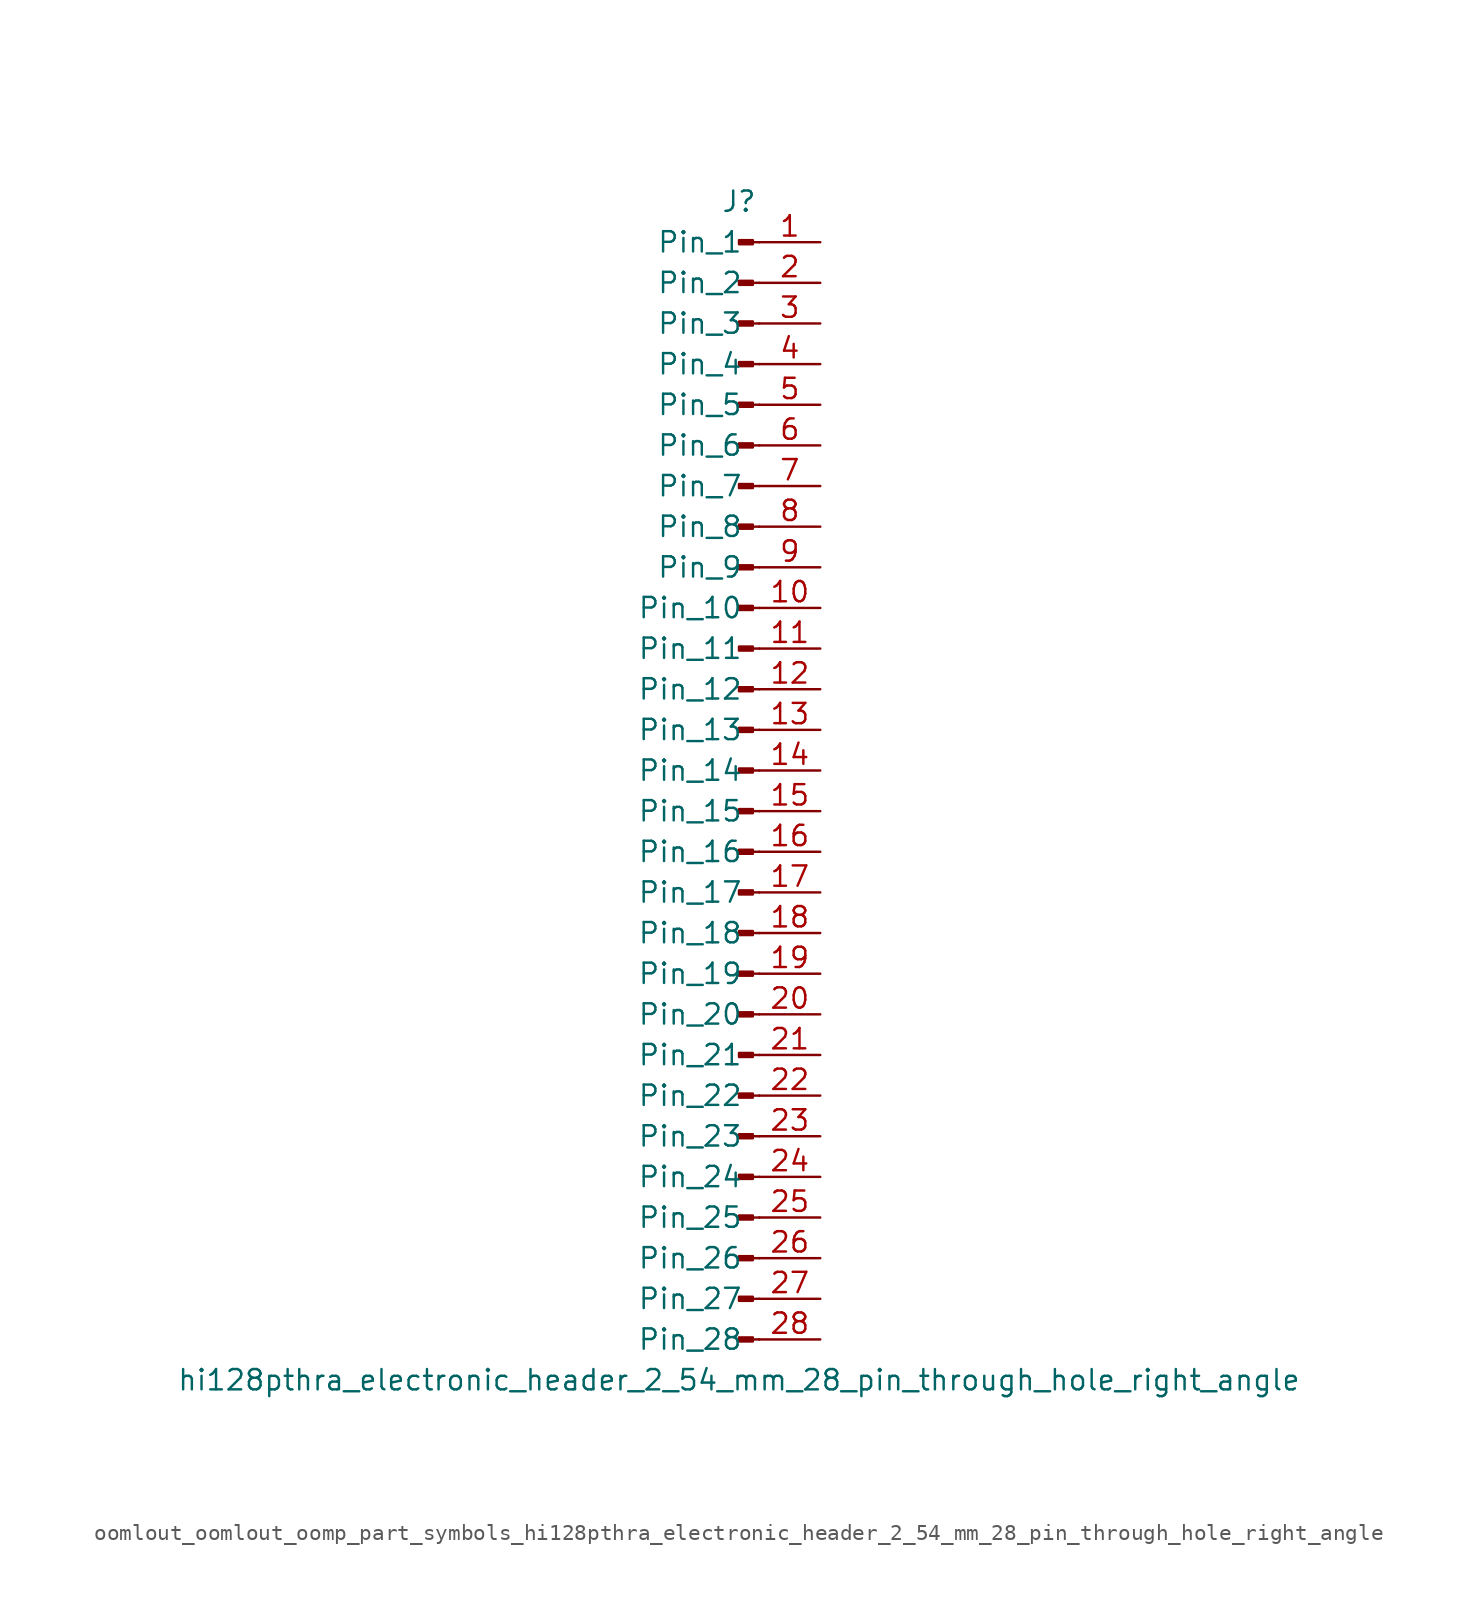
<source format=kicad_sym>
(kicad_symbol_lib
  (version 20220914)
  (generator kicad_symbol_editor)
  (symbol "oomlout_oomlout_oomp_part_symbols_hi128pthra_electronic_header_2_54_mm_28_pin_through_hole_right_angle"
    (pin_names
      (offset 1.016))
    (property "Reference" "J"
      (at 0 35.56 0)
      (effects (font (size 1.27 1.27))))
    (property "Value" "hi128pthra_electronic_header_2_54_mm_28_pin_through_hole_right_angle"
      (at 0 -38.1 0)
      (effects (font (size 1.27 1.27))))
    (property "ki_locked" ""
      (at 0 0 0)
      (effects (font (size 1.27 1.27))))
    (symbol "oomlout_oomlout_oomp_part_symbols_hi128pthra_electronic_header_2_54_mm_28_pin_through_hole_right_angle_1_1"
      (polyline (pts (xy 1.27 -35.56) (xy 0.864 -35.56)) (stroke (width 0.152) (type default)) (fill (type none)))
      (polyline (pts (xy 1.27 -33.02) (xy 0.864 -33.02)) (stroke (width 0.152) (type default)) (fill (type none)))
      (polyline (pts (xy 1.27 -30.48) (xy 0.864 -30.48)) (stroke (width 0.152) (type default)) (fill (type none)))
      (polyline (pts (xy 1.27 -27.94) (xy 0.864 -27.94)) (stroke (width 0.152) (type default)) (fill (type none)))
      (polyline (pts (xy 1.27 -25.4) (xy 0.864 -25.4)) (stroke (width 0.152) (type default)) (fill (type none)))
      (polyline (pts (xy 1.27 -22.86) (xy 0.864 -22.86)) (stroke (width 0.152) (type default)) (fill (type none)))
      (polyline (pts (xy 1.27 -20.32) (xy 0.864 -20.32)) (stroke (width 0.152) (type default)) (fill (type none)))
      (polyline (pts (xy 1.27 -17.78) (xy 0.864 -17.78)) (stroke (width 0.152) (type default)) (fill (type none)))
      (polyline (pts (xy 1.27 -15.24) (xy 0.864 -15.24)) (stroke (width 0.152) (type default)) (fill (type none)))
      (polyline (pts (xy 1.27 -12.7) (xy 0.864 -12.7)) (stroke (width 0.152) (type default)) (fill (type none)))
      (polyline (pts (xy 1.27 -10.16) (xy 0.864 -10.16)) (stroke (width 0.152) (type default)) (fill (type none)))
      (polyline (pts (xy 1.27 -7.62) (xy 0.864 -7.62)) (stroke (width 0.152) (type default)) (fill (type none)))
      (polyline (pts (xy 1.27 -5.08) (xy 0.864 -5.08)) (stroke (width 0.152) (type default)) (fill (type none)))
      (polyline (pts (xy 1.27 -2.54) (xy 0.864 -2.54)) (stroke (width 0.152) (type default)) (fill (type none)))
      (polyline (pts (xy 1.27 0) (xy 0.864 0)) (stroke (width 0.152) (type default)) (fill (type none)))
      (polyline (pts (xy 1.27 2.54) (xy 0.864 2.54)) (stroke (width 0.152) (type default)) (fill (type none)))
      (polyline (pts (xy 1.27 5.08) (xy 0.864 5.08)) (stroke (width 0.152) (type default)) (fill (type none)))
      (polyline (pts (xy 1.27 7.62) (xy 0.864 7.62)) (stroke (width 0.152) (type default)) (fill (type none)))
      (polyline (pts (xy 1.27 10.16) (xy 0.864 10.16)) (stroke (width 0.152) (type default)) (fill (type none)))
      (polyline (pts (xy 1.27 12.7) (xy 0.864 12.7)) (stroke (width 0.152) (type default)) (fill (type none)))
      (polyline (pts (xy 1.27 15.24) (xy 0.864 15.24)) (stroke (width 0.152) (type default)) (fill (type none)))
      (polyline (pts (xy 1.27 17.78) (xy 0.864 17.78)) (stroke (width 0.152) (type default)) (fill (type none)))
      (polyline (pts (xy 1.27 20.32) (xy 0.864 20.32)) (stroke (width 0.152) (type default)) (fill (type none)))
      (polyline (pts (xy 1.27 22.86) (xy 0.864 22.86)) (stroke (width 0.152) (type default)) (fill (type none)))
      (polyline (pts (xy 1.27 25.4) (xy 0.864 25.4)) (stroke (width 0.152) (type default)) (fill (type none)))
      (polyline (pts (xy 1.27 27.94) (xy 0.864 27.94)) (stroke (width 0.152) (type default)) (fill (type none)))
      (polyline (pts (xy 1.27 30.48) (xy 0.864 30.48)) (stroke (width 0.152) (type default)) (fill (type none)))
      (polyline (pts (xy 1.27 33.02) (xy 0.864 33.02)) (stroke (width 0.152) (type default)) (fill (type none)))
      (rectangle (start 0.864 -35.433) (end 0 -35.687) (stroke (width 0.152) (type default)) (fill (type outline)))
      (rectangle (start 0.864 -32.893) (end 0 -33.147) (stroke (width 0.152) (type default)) (fill (type outline)))
      (rectangle (start 0.864 -30.353) (end 0 -30.607) (stroke (width 0.152) (type default)) (fill (type outline)))
      (rectangle (start 0.864 -27.813) (end 0 -28.067) (stroke (width 0.152) (type default)) (fill (type outline)))
      (rectangle (start 0.864 -25.273) (end 0 -25.527) (stroke (width 0.152) (type default)) (fill (type outline)))
      (rectangle (start 0.864 -22.733) (end 0 -22.987) (stroke (width 0.152) (type default)) (fill (type outline)))
      (rectangle (start 0.864 -20.193) (end 0 -20.447) (stroke (width 0.152) (type default)) (fill (type outline)))
      (rectangle (start 0.864 -17.653) (end 0 -17.907) (stroke (width 0.152) (type default)) (fill (type outline)))
      (rectangle (start 0.864 -15.113) (end 0 -15.367) (stroke (width 0.152) (type default)) (fill (type outline)))
      (rectangle (start 0.864 -12.573) (end 0 -12.827) (stroke (width 0.152) (type default)) (fill (type outline)))
      (rectangle (start 0.864 -10.033) (end 0 -10.287) (stroke (width 0.152) (type default)) (fill (type outline)))
      (rectangle (start 0.864 -7.493) (end 0 -7.747) (stroke (width 0.152) (type default)) (fill (type outline)))
      (rectangle (start 0.864 -4.953) (end 0 -5.207) (stroke (width 0.152) (type default)) (fill (type outline)))
      (rectangle (start 0.864 -2.413) (end 0 -2.667) (stroke (width 0.152) (type default)) (fill (type outline)))
      (rectangle (start 0.864 0.127) (end 0 -0.127) (stroke (width 0.152) (type default)) (fill (type outline)))
      (rectangle (start 0.864 2.667) (end 0 2.413) (stroke (width 0.152) (type default)) (fill (type outline)))
      (rectangle (start 0.864 5.207) (end 0 4.953) (stroke (width 0.152) (type default)) (fill (type outline)))
      (rectangle (start 0.864 7.747) (end 0 7.493) (stroke (width 0.152) (type default)) (fill (type outline)))
      (rectangle (start 0.864 10.287) (end 0 10.033) (stroke (width 0.152) (type default)) (fill (type outline)))
      (rectangle (start 0.864 12.827) (end 0 12.573) (stroke (width 0.152) (type default)) (fill (type outline)))
      (rectangle (start 0.864 15.367) (end 0 15.113) (stroke (width 0.152) (type default)) (fill (type outline)))
      (rectangle (start 0.864 17.907) (end 0 17.653) (stroke (width 0.152) (type default)) (fill (type outline)))
      (rectangle (start 0.864 20.447) (end 0 20.193) (stroke (width 0.152) (type default)) (fill (type outline)))
      (rectangle (start 0.864 22.987) (end 0 22.733) (stroke (width 0.152) (type default)) (fill (type outline)))
      (rectangle (start 0.864 25.527) (end 0 25.273) (stroke (width 0.152) (type default)) (fill (type outline)))
      (rectangle (start 0.864 28.067) (end 0 27.813) (stroke (width 0.152) (type default)) (fill (type outline)))
      (rectangle (start 0.864 30.607) (end 0 30.353) (stroke (width 0.152) (type default)) (fill (type outline)))
      (rectangle (start 0.864 33.147) (end 0 32.893) (stroke (width 0.152) (type default)) (fill (type outline)))
      (pin passive line (at 5.08 33.02 180) (length 3.81) (name "Pin_1" (effects (font (size 1.27 1.27)))) (number "1" (effects (font (size 1.27 1.27)))))
      (pin passive line (at 5.08 10.16 180) (length 3.81) (name "Pin_10" (effects (font (size 1.27 1.27)))) (number "10" (effects (font (size 1.27 1.27)))))
      (pin passive line (at 5.08 7.62 180) (length 3.81) (name "Pin_11" (effects (font (size 1.27 1.27)))) (number "11" (effects (font (size 1.27 1.27)))))
      (pin passive line (at 5.08 5.08 180) (length 3.81) (name "Pin_12" (effects (font (size 1.27 1.27)))) (number "12" (effects (font (size 1.27 1.27)))))
      (pin passive line (at 5.08 2.54 180) (length 3.81) (name "Pin_13" (effects (font (size 1.27 1.27)))) (number "13" (effects (font (size 1.27 1.27)))))
      (pin passive line (at 5.08 0 180) (length 3.81) (name "Pin_14" (effects (font (size 1.27 1.27)))) (number "14" (effects (font (size 1.27 1.27)))))
      (pin passive line (at 5.08 -2.54 180) (length 3.81) (name "Pin_15" (effects (font (size 1.27 1.27)))) (number "15" (effects (font (size 1.27 1.27)))))
      (pin passive line (at 5.08 -5.08 180) (length 3.81) (name "Pin_16" (effects (font (size 1.27 1.27)))) (number "16" (effects (font (size 1.27 1.27)))))
      (pin passive line (at 5.08 -7.62 180) (length 3.81) (name "Pin_17" (effects (font (size 1.27 1.27)))) (number "17" (effects (font (size 1.27 1.27)))))
      (pin passive line (at 5.08 -10.16 180) (length 3.81) (name "Pin_18" (effects (font (size 1.27 1.27)))) (number "18" (effects (font (size 1.27 1.27)))))
      (pin passive line (at 5.08 -12.7 180) (length 3.81) (name "Pin_19" (effects (font (size 1.27 1.27)))) (number "19" (effects (font (size 1.27 1.27)))))
      (pin passive line (at 5.08 30.48 180) (length 3.81) (name "Pin_2" (effects (font (size 1.27 1.27)))) (number "2" (effects (font (size 1.27 1.27)))))
      (pin passive line (at 5.08 -15.24 180) (length 3.81) (name "Pin_20" (effects (font (size 1.27 1.27)))) (number "20" (effects (font (size 1.27 1.27)))))
      (pin passive line (at 5.08 -17.78 180) (length 3.81) (name "Pin_21" (effects (font (size 1.27 1.27)))) (number "21" (effects (font (size 1.27 1.27)))))
      (pin passive line (at 5.08 -20.32 180) (length 3.81) (name "Pin_22" (effects (font (size 1.27 1.27)))) (number "22" (effects (font (size 1.27 1.27)))))
      (pin passive line (at 5.08 -22.86 180) (length 3.81) (name "Pin_23" (effects (font (size 1.27 1.27)))) (number "23" (effects (font (size 1.27 1.27)))))
      (pin passive line (at 5.08 -25.4 180) (length 3.81) (name "Pin_24" (effects (font (size 1.27 1.27)))) (number "24" (effects (font (size 1.27 1.27)))))
      (pin passive line (at 5.08 -27.94 180) (length 3.81) (name "Pin_25" (effects (font (size 1.27 1.27)))) (number "25" (effects (font (size 1.27 1.27)))))
      (pin passive line (at 5.08 -30.48 180) (length 3.81) (name "Pin_26" (effects (font (size 1.27 1.27)))) (number "26" (effects (font (size 1.27 1.27)))))
      (pin passive line (at 5.08 -33.02 180) (length 3.81) (name "Pin_27" (effects (font (size 1.27 1.27)))) (number "27" (effects (font (size 1.27 1.27)))))
      (pin passive line (at 5.08 -35.56 180) (length 3.81) (name "Pin_28" (effects (font (size 1.27 1.27)))) (number "28" (effects (font (size 1.27 1.27)))))
      (pin passive line (at 5.08 27.94 180) (length 3.81) (name "Pin_3" (effects (font (size 1.27 1.27)))) (number "3" (effects (font (size 1.27 1.27)))))
      (pin passive line (at 5.08 25.4 180) (length 3.81) (name "Pin_4" (effects (font (size 1.27 1.27)))) (number "4" (effects (font (size 1.27 1.27)))))
      (pin passive line (at 5.08 22.86 180) (length 3.81) (name "Pin_5" (effects (font (size 1.27 1.27)))) (number "5" (effects (font (size 1.27 1.27)))))
      (pin passive line (at 5.08 20.32 180) (length 3.81) (name "Pin_6" (effects (font (size 1.27 1.27)))) (number "6" (effects (font (size 1.27 1.27)))))
      (pin passive line (at 5.08 17.78 180) (length 3.81) (name "Pin_7" (effects (font (size 1.27 1.27)))) (number "7" (effects (font (size 1.27 1.27)))))
      (pin passive line (at 5.08 15.24 180) (length 3.81) (name "Pin_8" (effects (font (size 1.27 1.27)))) (number "8" (effects (font (size 1.27 1.27)))))
      (pin passive line (at 5.08 12.7 180) (length 3.81) (name "Pin_9" (effects (font (size 1.27 1.27)))) (number "9" (effects (font (size 1.27 1.27))))))))
</source>
